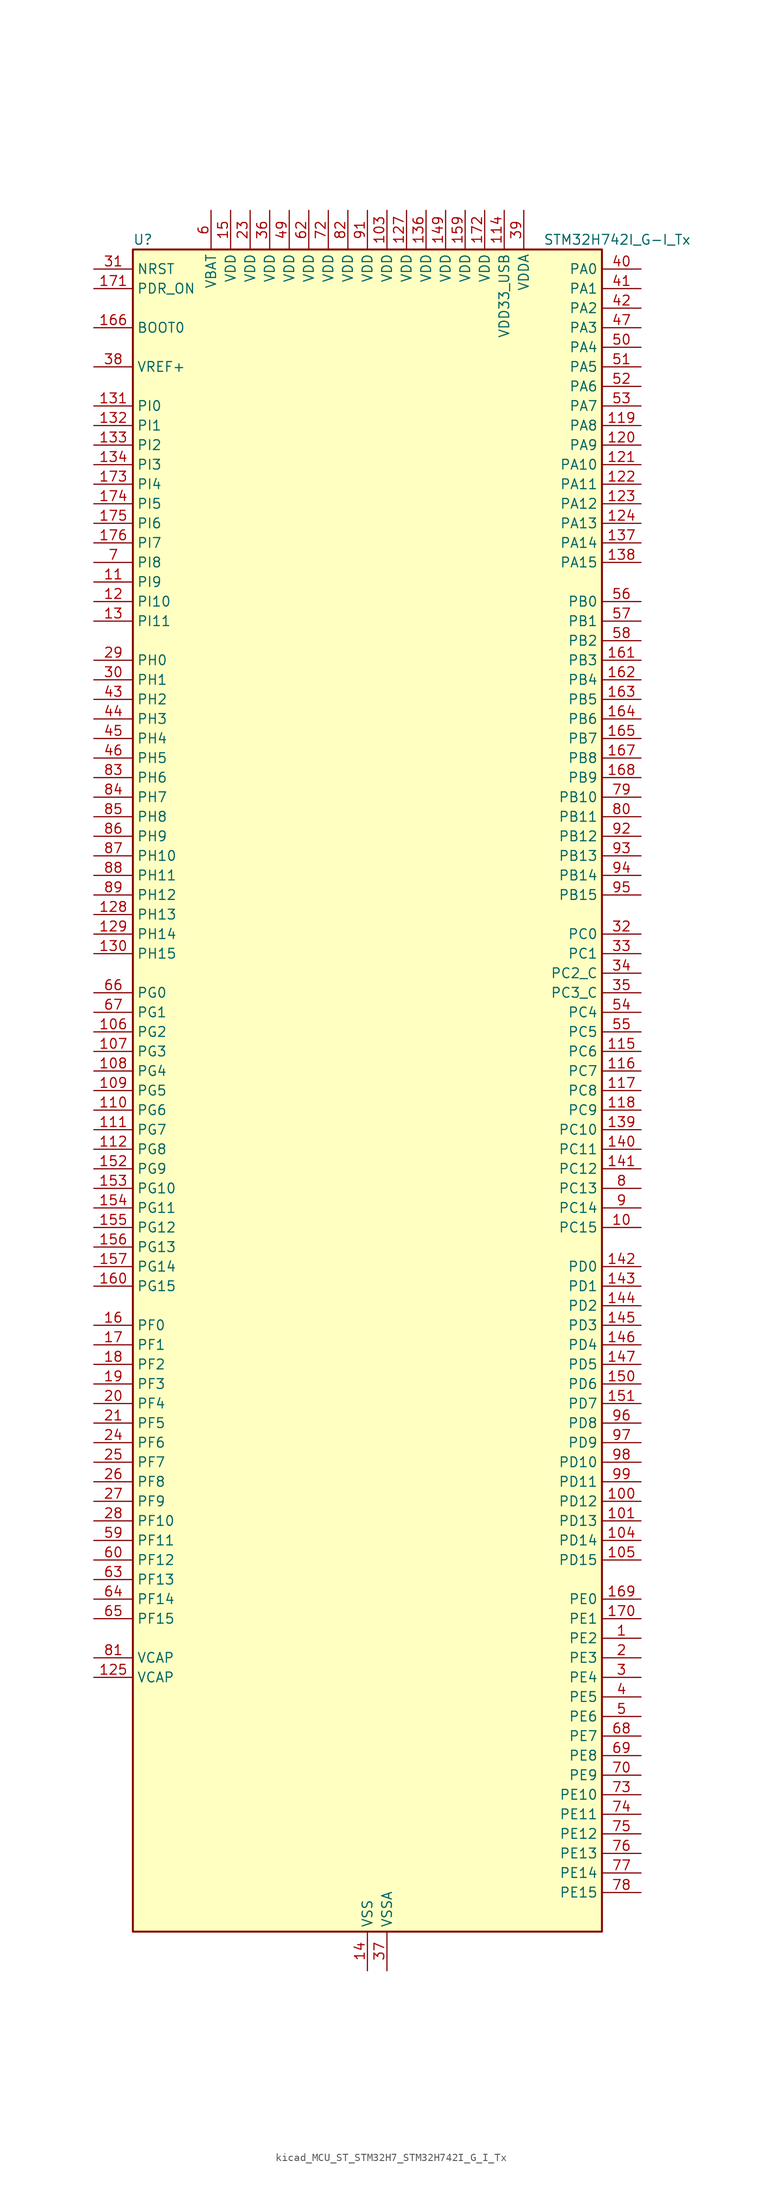
<source format=kicad_sym>
(kicad_symbol_lib
  (version 20220914)
  (generator kicad_symbol_editor)
  (symbol "kicad_MCU_ST_STM32H7_STM32H742I_G_I_Tx"
    (property "Reference" "U"
      (at -30.48 110.49 0)
      (effects (font (size 1.27 1.27)) (justify left)))
    (property "Value" "STM32H742I_G-I_Tx"
      (at 22.86 110.49 0)
      (effects (font (size 1.27 1.27)) (justify left)))
    (property "ki_locked" ""
      (at 0 0 0)
      (effects (font (size 1.27 1.27))))
    (symbol "kicad_MCU_ST_STM32H7_STM32H742I_G_I_Tx_0_1"
      (rectangle (start -30.48 -109.22) (end 30.48 109.22) (stroke (width 0.254) (type default)) (fill (type background))))
    (symbol "kicad_MCU_ST_STM32H7_STM32H742I_G_I_Tx_1_1"
      (pin bidirectional line (at 35.56 -71.12 180) (length 5.08) (name "PE2" (effects (font (size 1.27 1.27)))) (number "1" (effects (font (size 1.27 1.27)))) (alternate "DEBUG_TRACECLK" bidirectional line) (alternate "ETH_TXD3" bidirectional line) (alternate "FMC_A23" bidirectional line) (alternate "QUADSPI_BK1_IO2" bidirectional line) (alternate "SAI1_CK1" bidirectional line) (alternate "SAI1_MCLK_A" bidirectional line) (alternate "SAI4_CK1" bidirectional line) (alternate "SAI4_MCLK_A" bidirectional line) (alternate "SPI4_SCK" bidirectional line))
      (pin bidirectional line (at 35.56 -17.78 180) (length 5.08) (name "PC15" (effects (font (size 1.27 1.27)))) (number "10" (effects (font (size 1.27 1.27)))) (alternate "ADC1_EXTI15" bidirectional line) (alternate "ADC2_EXTI15" bidirectional line) (alternate "ADC3_EXTI15" bidirectional line) (alternate "RCC_OSC32_OUT" bidirectional line))
      (pin bidirectional line (at 35.56 -53.34 180) (length 5.08) (name "PD12" (effects (font (size 1.27 1.27)))) (number "100" (effects (font (size 1.27 1.27)))) (alternate "FMC_A17" bidirectional line) (alternate "FMC_ALE" bidirectional line) (alternate "I2C4_SCL" bidirectional line) (alternate "LPTIM1_IN1" bidirectional line) (alternate "LPTIM2_IN1" bidirectional line) (alternate "QUADSPI_BK1_IO1" bidirectional line) (alternate "SAI2_FS_A" bidirectional line) (alternate "TIM4_CH1" bidirectional line) (alternate "USART3_DE" bidirectional line) (alternate "USART3_RTS" bidirectional line))
      (pin bidirectional line (at 35.56 -55.88 180) (length 5.08) (name "PD13" (effects (font (size 1.27 1.27)))) (number "101" (effects (font (size 1.27 1.27)))) (alternate "FMC_A18" bidirectional line) (alternate "I2C4_SDA" bidirectional line) (alternate "LPTIM1_OUT" bidirectional line) (alternate "QUADSPI_BK1_IO3" bidirectional line) (alternate "SAI2_SCK_A" bidirectional line) (alternate "TIM4_CH2" bidirectional line))
      (pin passive line (at 0 -114.3 90) (length 5.08) hide (name "VSS" (effects (font (size 1.27 1.27)))) (number "102" (effects (font (size 1.27 1.27)))))
      (pin power_in line (at 2.54 114.3 270) (length 5.08) (name "VDD" (effects (font (size 1.27 1.27)))) (number "103" (effects (font (size 1.27 1.27)))))
      (pin bidirectional line (at 35.56 -58.42 180) (length 5.08) (name "PD14" (effects (font (size 1.27 1.27)))) (number "104" (effects (font (size 1.27 1.27)))) (alternate "FMC_D0" bidirectional line) (alternate "FMC_DA0" bidirectional line) (alternate "SAI3_MCLK_B" bidirectional line) (alternate "TIM4_CH3" bidirectional line) (alternate "UART8_CTS" bidirectional line))
      (pin bidirectional line (at 35.56 -60.96 180) (length 5.08) (name "PD15" (effects (font (size 1.27 1.27)))) (number "105" (effects (font (size 1.27 1.27)))) (alternate "ADC1_EXTI15" bidirectional line) (alternate "ADC2_EXTI15" bidirectional line) (alternate "ADC3_EXTI15" bidirectional line) (alternate "FMC_D1" bidirectional line) (alternate "FMC_DA1" bidirectional line) (alternate "SAI3_MCLK_A" bidirectional line) (alternate "TIM4_CH4" bidirectional line) (alternate "UART8_DE" bidirectional line) (alternate "UART8_RTS" bidirectional line))
      (pin bidirectional line (at -35.56 7.62 0) (length 5.08) (name "PG2" (effects (font (size 1.27 1.27)))) (number "106" (effects (font (size 1.27 1.27)))) (alternate "FMC_A12" bidirectional line) (alternate "TIM8_BKIN" bidirectional line) (alternate "TIM8_BKIN_COMP1" bidirectional line) (alternate "TIM8_BKIN_COMP2" bidirectional line))
      (pin bidirectional line (at -35.56 5.08 0) (length 5.08) (name "PG3" (effects (font (size 1.27 1.27)))) (number "107" (effects (font (size 1.27 1.27)))) (alternate "FMC_A13" bidirectional line) (alternate "TIM8_BKIN2" bidirectional line) (alternate "TIM8_BKIN2_COMP1" bidirectional line) (alternate "TIM8_BKIN2_COMP2" bidirectional line))
      (pin bidirectional line (at -35.56 2.54 0) (length 5.08) (name "PG4" (effects (font (size 1.27 1.27)))) (number "108" (effects (font (size 1.27 1.27)))) (alternate "FMC_A14" bidirectional line) (alternate "FMC_BA0" bidirectional line) (alternate "TIM1_BKIN2" bidirectional line) (alternate "TIM1_BKIN2_COMP1" bidirectional line) (alternate "TIM1_BKIN2_COMP2" bidirectional line))
      (pin bidirectional line (at -35.56 0 0) (length 5.08) (name "PG5" (effects (font (size 1.27 1.27)))) (number "109" (effects (font (size 1.27 1.27)))) (alternate "FMC_A15" bidirectional line) (alternate "FMC_BA1" bidirectional line) (alternate "TIM1_ETR" bidirectional line))
      (pin bidirectional line (at -35.56 66.04 0) (length 5.08) (name "PI9" (effects (font (size 1.27 1.27)))) (number "11" (effects (font (size 1.27 1.27)))) (alternate "DAC1_EXTI9" bidirectional line) (alternate "FDCAN1_RX" bidirectional line) (alternate "FMC_D30" bidirectional line) (alternate "UART4_RX" bidirectional line))
      (pin bidirectional line (at -35.56 -2.54 0) (length 5.08) (name "PG6" (effects (font (size 1.27 1.27)))) (number "110" (effects (font (size 1.27 1.27)))) (alternate "DCMI_D12" bidirectional line) (alternate "FMC_NE3" bidirectional line) (alternate "HRTIM_CHE1" bidirectional line) (alternate "QUADSPI_BK1_NCS" bidirectional line) (alternate "TIM17_BKIN" bidirectional line))
      (pin bidirectional line (at -35.56 -5.08 0) (length 5.08) (name "PG7" (effects (font (size 1.27 1.27)))) (number "111" (effects (font (size 1.27 1.27)))) (alternate "DCMI_D13" bidirectional line) (alternate "FMC_INT" bidirectional line) (alternate "HRTIM_CHE2" bidirectional line) (alternate "SAI1_MCLK_A" bidirectional line) (alternate "USART6_CK" bidirectional line))
      (pin bidirectional line (at -35.56 -7.62 0) (length 5.08) (name "PG8" (effects (font (size 1.27 1.27)))) (number "112" (effects (font (size 1.27 1.27)))) (alternate "ETH_PPS_OUT" bidirectional line) (alternate "FMC_SDCLK" bidirectional line) (alternate "SPDIFRX1_IN2" bidirectional line) (alternate "SPI6_NSS" bidirectional line) (alternate "TIM8_ETR" bidirectional line) (alternate "USART6_DE" bidirectional line) (alternate "USART6_RTS" bidirectional line))
      (pin passive line (at 0 -114.3 90) (length 5.08) hide (name "VSS" (effects (font (size 1.27 1.27)))) (number "113" (effects (font (size 1.27 1.27)))))
      (pin power_in line (at 17.78 114.3 270) (length 5.08) (name "VDD33_USB" (effects (font (size 1.27 1.27)))) (number "114" (effects (font (size 1.27 1.27)))))
      (pin bidirectional line (at 35.56 5.08 180) (length 5.08) (name "PC6" (effects (font (size 1.27 1.27)))) (number "115" (effects (font (size 1.27 1.27)))) (alternate "DCMI_D0" bidirectional line) (alternate "DFSDM1_CKIN3" bidirectional line) (alternate "FMC_NWAIT" bidirectional line) (alternate "HRTIM_CHA1" bidirectional line) (alternate "I2S2_MCK" bidirectional line) (alternate "SDMMC1_D0DIR" bidirectional line) (alternate "SDMMC1_D6" bidirectional line) (alternate "SDMMC2_D6" bidirectional line) (alternate "SWPMI1_IO" bidirectional line) (alternate "TIM3_CH1" bidirectional line) (alternate "TIM8_CH1" bidirectional line) (alternate "USART6_TX" bidirectional line))
      (pin bidirectional line (at 35.56 2.54 180) (length 5.08) (name "PC7" (effects (font (size 1.27 1.27)))) (number "116" (effects (font (size 1.27 1.27)))) (alternate "DCMI_D1" bidirectional line) (alternate "DEBUG_TRGIO" bidirectional line) (alternate "DFSDM1_DATIN3" bidirectional line) (alternate "FMC_NE1" bidirectional line) (alternate "HRTIM_CHA2" bidirectional line) (alternate "I2S3_MCK" bidirectional line) (alternate "SDMMC1_D123DIR" bidirectional line) (alternate "SDMMC1_D7" bidirectional line) (alternate "SDMMC2_D7" bidirectional line) (alternate "SWPMI1_TX" bidirectional line) (alternate "TIM3_CH2" bidirectional line) (alternate "TIM8_CH2" bidirectional line) (alternate "USART6_RX" bidirectional line))
      (pin bidirectional line (at 35.56 0 180) (length 5.08) (name "PC8" (effects (font (size 1.27 1.27)))) (number "117" (effects (font (size 1.27 1.27)))) (alternate "DCMI_D2" bidirectional line) (alternate "DEBUG_TRACED1" bidirectional line) (alternate "FMC_NCE" bidirectional line) (alternate "FMC_NE2" bidirectional line) (alternate "HRTIM_CHB1" bidirectional line) (alternate "SDMMC1_D0" bidirectional line) (alternate "SWPMI1_RX" bidirectional line) (alternate "TIM3_CH3" bidirectional line) (alternate "TIM8_CH3" bidirectional line) (alternate "UART5_DE" bidirectional line) (alternate "UART5_RTS" bidirectional line) (alternate "USART6_CK" bidirectional line))
      (pin bidirectional line (at 35.56 -2.54 180) (length 5.08) (name "PC9" (effects (font (size 1.27 1.27)))) (number "118" (effects (font (size 1.27 1.27)))) (alternate "DAC1_EXTI9" bidirectional line) (alternate "DCMI_D3" bidirectional line) (alternate "I2C3_SDA" bidirectional line) (alternate "I2S_CKIN" bidirectional line) (alternate "QUADSPI_BK1_IO0" bidirectional line) (alternate "RCC_MCO_2" bidirectional line) (alternate "SDMMC1_D1" bidirectional line) (alternate "SWPMI1_SUSPEND" bidirectional line) (alternate "TIM3_CH4" bidirectional line) (alternate "TIM8_CH4" bidirectional line) (alternate "UART5_CTS" bidirectional line))
      (pin bidirectional line (at 35.56 86.36 180) (length 5.08) (name "PA8" (effects (font (size 1.27 1.27)))) (number "119" (effects (font (size 1.27 1.27)))) (alternate "HRTIM_CHB2" bidirectional line) (alternate "I2C3_SCL" bidirectional line) (alternate "RCC_MCO_1" bidirectional line) (alternate "TIM1_CH1" bidirectional line) (alternate "TIM8_BKIN2" bidirectional line) (alternate "TIM8_BKIN2_COMP1" bidirectional line) (alternate "TIM8_BKIN2_COMP2" bidirectional line) (alternate "UART7_RX" bidirectional line) (alternate "USART1_CK" bidirectional line) (alternate "USB_OTG_FS_SOF" bidirectional line))
      (pin bidirectional line (at -35.56 63.5 0) (length 5.08) (name "PI10" (effects (font (size 1.27 1.27)))) (number "12" (effects (font (size 1.27 1.27)))) (alternate "ETH_RX_ER" bidirectional line) (alternate "FMC_D31" bidirectional line))
      (pin bidirectional line (at 35.56 83.82 180) (length 5.08) (name "PA9" (effects (font (size 1.27 1.27)))) (number "120" (effects (font (size 1.27 1.27)))) (alternate "DAC1_EXTI9" bidirectional line) (alternate "DCMI_D0" bidirectional line) (alternate "HRTIM_CHC1" bidirectional line) (alternate "I2C3_SMBA" bidirectional line) (alternate "I2S2_CK" bidirectional line) (alternate "LPUART1_TX" bidirectional line) (alternate "SPI2_SCK" bidirectional line) (alternate "TIM1_CH2" bidirectional line) (alternate "USART1_TX" bidirectional line) (alternate "USB_OTG_FS_VBUS" bidirectional line))
      (pin bidirectional line (at 35.56 81.28 180) (length 5.08) (name "PA10" (effects (font (size 1.27 1.27)))) (number "121" (effects (font (size 1.27 1.27)))) (alternate "DCMI_D1" bidirectional line) (alternate "HRTIM_CHC2" bidirectional line) (alternate "LPUART1_RX" bidirectional line) (alternate "MDIOS_MDIO" bidirectional line) (alternate "TIM1_CH3" bidirectional line) (alternate "USART1_RX" bidirectional line) (alternate "USB_OTG_FS_ID" bidirectional line))
      (pin bidirectional line (at 35.56 78.74 180) (length 5.08) (name "PA11" (effects (font (size 1.27 1.27)))) (number "122" (effects (font (size 1.27 1.27)))) (alternate "ADC1_EXTI11" bidirectional line) (alternate "ADC2_EXTI11" bidirectional line) (alternate "ADC3_EXTI11" bidirectional line) (alternate "FDCAN1_RX" bidirectional line) (alternate "HRTIM_CHD1" bidirectional line) (alternate "I2S2_WS" bidirectional line) (alternate "LPUART1_CTS" bidirectional line) (alternate "SPI2_NSS" bidirectional line) (alternate "TIM1_CH4" bidirectional line) (alternate "UART4_RX" bidirectional line) (alternate "USART1_CTS" bidirectional line) (alternate "USART1_NSS" bidirectional line) (alternate "USB_OTG_FS_DM" bidirectional line))
      (pin bidirectional line (at 35.56 76.2 180) (length 5.08) (name "PA12" (effects (font (size 1.27 1.27)))) (number "123" (effects (font (size 1.27 1.27)))) (alternate "FDCAN1_TX" bidirectional line) (alternate "HRTIM_CHD2" bidirectional line) (alternate "I2S2_CK" bidirectional line) (alternate "LPUART1_DE" bidirectional line) (alternate "LPUART1_RTS" bidirectional line) (alternate "SAI2_FS_B" bidirectional line) (alternate "SPI2_SCK" bidirectional line) (alternate "TIM1_ETR" bidirectional line) (alternate "UART4_TX" bidirectional line) (alternate "USART1_DE" bidirectional line) (alternate "USART1_RTS" bidirectional line) (alternate "USB_OTG_FS_DP" bidirectional line))
      (pin bidirectional line (at 35.56 73.66 180) (length 5.08) (name "PA13" (effects (font (size 1.27 1.27)))) (number "124" (effects (font (size 1.27 1.27)))) (alternate "DEBUG_JTMS-SWDIO" bidirectional line))
      (pin power_out line (at -35.56 -76.2 0) (length 5.08) (name "VCAP" (effects (font (size 1.27 1.27)))) (number "125" (effects (font (size 1.27 1.27)))))
      (pin passive line (at 0 -114.3 90) (length 5.08) hide (name "VSS" (effects (font (size 1.27 1.27)))) (number "126" (effects (font (size 1.27 1.27)))))
      (pin power_in line (at 5.08 114.3 270) (length 5.08) (name "VDD" (effects (font (size 1.27 1.27)))) (number "127" (effects (font (size 1.27 1.27)))))
      (pin bidirectional line (at -35.56 22.86 0) (length 5.08) (name "PH13" (effects (font (size 1.27 1.27)))) (number "128" (effects (font (size 1.27 1.27)))) (alternate "FDCAN1_TX" bidirectional line) (alternate "FMC_D21" bidirectional line) (alternate "TIM8_CH1N" bidirectional line) (alternate "UART4_TX" bidirectional line))
      (pin bidirectional line (at -35.56 20.32 0) (length 5.08) (name "PH14" (effects (font (size 1.27 1.27)))) (number "129" (effects (font (size 1.27 1.27)))) (alternate "DCMI_D4" bidirectional line) (alternate "FDCAN1_RX" bidirectional line) (alternate "FMC_D22" bidirectional line) (alternate "TIM8_CH2N" bidirectional line) (alternate "UART4_RX" bidirectional line))
      (pin bidirectional line (at -35.56 60.96 0) (length 5.08) (name "PI11" (effects (font (size 1.27 1.27)))) (number "13" (effects (font (size 1.27 1.27)))) (alternate "ADC1_EXTI11" bidirectional line) (alternate "ADC2_EXTI11" bidirectional line) (alternate "ADC3_EXTI11" bidirectional line) (alternate "PWR_WKUP4" bidirectional line) (alternate "USB_OTG_HS_ULPI_DIR" bidirectional line))
      (pin bidirectional line (at -35.56 17.78 0) (length 5.08) (name "PH15" (effects (font (size 1.27 1.27)))) (number "130" (effects (font (size 1.27 1.27)))) (alternate "ADC1_EXTI15" bidirectional line) (alternate "ADC2_EXTI15" bidirectional line) (alternate "ADC3_EXTI15" bidirectional line) (alternate "DCMI_D11" bidirectional line) (alternate "FMC_D23" bidirectional line) (alternate "TIM8_CH3N" bidirectional line))
      (pin bidirectional line (at -35.56 88.9 0) (length 5.08) (name "PI0" (effects (font (size 1.27 1.27)))) (number "131" (effects (font (size 1.27 1.27)))) (alternate "DCMI_D13" bidirectional line) (alternate "FMC_D24" bidirectional line) (alternate "I2S2_WS" bidirectional line) (alternate "SPI2_NSS" bidirectional line) (alternate "TIM5_CH4" bidirectional line))
      (pin bidirectional line (at -35.56 86.36 0) (length 5.08) (name "PI1" (effects (font (size 1.27 1.27)))) (number "132" (effects (font (size 1.27 1.27)))) (alternate "DCMI_D8" bidirectional line) (alternate "FMC_D25" bidirectional line) (alternate "I2S2_CK" bidirectional line) (alternate "SPI2_SCK" bidirectional line) (alternate "TIM8_BKIN2" bidirectional line) (alternate "TIM8_BKIN2_COMP1" bidirectional line) (alternate "TIM8_BKIN2_COMP2" bidirectional line))
      (pin bidirectional line (at -35.56 83.82 0) (length 5.08) (name "PI2" (effects (font (size 1.27 1.27)))) (number "133" (effects (font (size 1.27 1.27)))) (alternate "DCMI_D9" bidirectional line) (alternate "FMC_D26" bidirectional line) (alternate "I2S2_SDI" bidirectional line) (alternate "SPI2_MISO" bidirectional line) (alternate "TIM8_CH4" bidirectional line))
      (pin bidirectional line (at -35.56 81.28 0) (length 5.08) (name "PI3" (effects (font (size 1.27 1.27)))) (number "134" (effects (font (size 1.27 1.27)))) (alternate "DCMI_D10" bidirectional line) (alternate "FMC_D27" bidirectional line) (alternate "I2S2_SDO" bidirectional line) (alternate "SPI2_MOSI" bidirectional line) (alternate "TIM8_ETR" bidirectional line))
      (pin passive line (at 0 -114.3 90) (length 5.08) hide (name "VSS" (effects (font (size 1.27 1.27)))) (number "135" (effects (font (size 1.27 1.27)))))
      (pin power_in line (at 7.62 114.3 270) (length 5.08) (name "VDD" (effects (font (size 1.27 1.27)))) (number "136" (effects (font (size 1.27 1.27)))))
      (pin bidirectional line (at 35.56 71.12 180) (length 5.08) (name "PA14" (effects (font (size 1.27 1.27)))) (number "137" (effects (font (size 1.27 1.27)))) (alternate "DEBUG_JTCK-SWCLK" bidirectional line))
      (pin bidirectional line (at 35.56 68.58 180) (length 5.08) (name "PA15" (effects (font (size 1.27 1.27)))) (number "138" (effects (font (size 1.27 1.27)))) (alternate "ADC1_EXTI15" bidirectional line) (alternate "ADC2_EXTI15" bidirectional line) (alternate "ADC3_EXTI15" bidirectional line) (alternate "CEC" bidirectional line) (alternate "DEBUG_JTDI" bidirectional line) (alternate "HRTIM_FLT1" bidirectional line) (alternate "I2S1_WS" bidirectional line) (alternate "I2S3_WS" bidirectional line) (alternate "SPI1_NSS" bidirectional line) (alternate "SPI3_NSS" bidirectional line) (alternate "SPI6_NSS" bidirectional line) (alternate "TIM2_CH1" bidirectional line) (alternate "TIM2_ETR" bidirectional line) (alternate "UART4_DE" bidirectional line) (alternate "UART4_RTS" bidirectional line) (alternate "UART7_TX" bidirectional line))
      (pin bidirectional line (at 35.56 -5.08 180) (length 5.08) (name "PC10" (effects (font (size 1.27 1.27)))) (number "139" (effects (font (size 1.27 1.27)))) (alternate "DCMI_D8" bidirectional line) (alternate "DFSDM1_CKIN5" bidirectional line) (alternate "HRTIM_EEV1" bidirectional line) (alternate "I2S3_CK" bidirectional line) (alternate "QUADSPI_BK1_IO1" bidirectional line) (alternate "SDMMC1_D2" bidirectional line) (alternate "SPI3_SCK" bidirectional line) (alternate "UART4_TX" bidirectional line) (alternate "USART3_TX" bidirectional line))
      (pin power_in line (at 0 -114.3 90) (length 5.08) (name "VSS" (effects (font (size 1.27 1.27)))) (number "14" (effects (font (size 1.27 1.27)))))
      (pin bidirectional line (at 35.56 -7.62 180) (length 5.08) (name "PC11" (effects (font (size 1.27 1.27)))) (number "140" (effects (font (size 1.27 1.27)))) (alternate "ADC1_EXTI11" bidirectional line) (alternate "ADC2_EXTI11" bidirectional line) (alternate "ADC3_EXTI11" bidirectional line) (alternate "DCMI_D4" bidirectional line) (alternate "DFSDM1_DATIN5" bidirectional line) (alternate "HRTIM_FLT2" bidirectional line) (alternate "I2S3_SDI" bidirectional line) (alternate "QUADSPI_BK2_NCS" bidirectional line) (alternate "SDMMC1_D3" bidirectional line) (alternate "SPI3_MISO" bidirectional line) (alternate "UART4_RX" bidirectional line) (alternate "USART3_RX" bidirectional line))
      (pin bidirectional line (at 35.56 -10.16 180) (length 5.08) (name "PC12" (effects (font (size 1.27 1.27)))) (number "141" (effects (font (size 1.27 1.27)))) (alternate "DCMI_D9" bidirectional line) (alternate "DEBUG_TRACED3" bidirectional line) (alternate "HRTIM_EEV2" bidirectional line) (alternate "I2S3_SDO" bidirectional line) (alternate "SDMMC1_CK" bidirectional line) (alternate "SPI3_MOSI" bidirectional line) (alternate "UART5_TX" bidirectional line) (alternate "USART3_CK" bidirectional line))
      (pin bidirectional line (at 35.56 -22.86 180) (length 5.08) (name "PD0" (effects (font (size 1.27 1.27)))) (number "142" (effects (font (size 1.27 1.27)))) (alternate "DFSDM1_CKIN6" bidirectional line) (alternate "FDCAN1_RX" bidirectional line) (alternate "FMC_D2" bidirectional line) (alternate "FMC_DA2" bidirectional line) (alternate "SAI3_SCK_A" bidirectional line) (alternate "UART4_RX" bidirectional line))
      (pin bidirectional line (at 35.56 -25.4 180) (length 5.08) (name "PD1" (effects (font (size 1.27 1.27)))) (number "143" (effects (font (size 1.27 1.27)))) (alternate "DFSDM1_DATIN6" bidirectional line) (alternate "FDCAN1_TX" bidirectional line) (alternate "FMC_D3" bidirectional line) (alternate "FMC_DA3" bidirectional line) (alternate "SAI3_SD_A" bidirectional line) (alternate "UART4_TX" bidirectional line))
      (pin bidirectional line (at 35.56 -27.94 180) (length 5.08) (name "PD2" (effects (font (size 1.27 1.27)))) (number "144" (effects (font (size 1.27 1.27)))) (alternate "DCMI_D11" bidirectional line) (alternate "DEBUG_TRACED2" bidirectional line) (alternate "SDMMC1_CMD" bidirectional line) (alternate "TIM3_ETR" bidirectional line) (alternate "UART5_RX" bidirectional line))
      (pin bidirectional line (at 35.56 -30.48 180) (length 5.08) (name "PD3" (effects (font (size 1.27 1.27)))) (number "145" (effects (font (size 1.27 1.27)))) (alternate "DCMI_D5" bidirectional line) (alternate "DFSDM1_CKOUT" bidirectional line) (alternate "FMC_CLK" bidirectional line) (alternate "I2S2_CK" bidirectional line) (alternate "SPI2_SCK" bidirectional line) (alternate "USART2_CTS" bidirectional line) (alternate "USART2_NSS" bidirectional line))
      (pin bidirectional line (at 35.56 -33.02 180) (length 5.08) (name "PD4" (effects (font (size 1.27 1.27)))) (number "146" (effects (font (size 1.27 1.27)))) (alternate "FMC_NOE" bidirectional line) (alternate "HRTIM_FLT3" bidirectional line) (alternate "SAI3_FS_A" bidirectional line) (alternate "USART2_DE" bidirectional line) (alternate "USART2_RTS" bidirectional line))
      (pin bidirectional line (at 35.56 -35.56 180) (length 5.08) (name "PD5" (effects (font (size 1.27 1.27)))) (number "147" (effects (font (size 1.27 1.27)))) (alternate "FMC_NWE" bidirectional line) (alternate "HRTIM_EEV3" bidirectional line) (alternate "USART2_TX" bidirectional line))
      (pin passive line (at 0 -114.3 90) (length 5.08) hide (name "VSS" (effects (font (size 1.27 1.27)))) (number "148" (effects (font (size 1.27 1.27)))))
      (pin power_in line (at 10.16 114.3 270) (length 5.08) (name "VDD" (effects (font (size 1.27 1.27)))) (number "149" (effects (font (size 1.27 1.27)))))
      (pin power_in line (at -17.78 114.3 270) (length 5.08) (name "VDD" (effects (font (size 1.27 1.27)))) (number "15" (effects (font (size 1.27 1.27)))))
      (pin bidirectional line (at 35.56 -38.1 180) (length 5.08) (name "PD6" (effects (font (size 1.27 1.27)))) (number "150" (effects (font (size 1.27 1.27)))) (alternate "DCMI_D10" bidirectional line) (alternate "DFSDM1_CKIN4" bidirectional line) (alternate "DFSDM1_DATIN1" bidirectional line) (alternate "FMC_NWAIT" bidirectional line) (alternate "I2S3_SDO" bidirectional line) (alternate "SAI1_D1" bidirectional line) (alternate "SAI1_SD_A" bidirectional line) (alternate "SAI4_D1" bidirectional line) (alternate "SAI4_SD_A" bidirectional line) (alternate "SDMMC2_CK" bidirectional line) (alternate "SPI3_MOSI" bidirectional line) (alternate "USART2_RX" bidirectional line))
      (pin bidirectional line (at 35.56 -40.64 180) (length 5.08) (name "PD7" (effects (font (size 1.27 1.27)))) (number "151" (effects (font (size 1.27 1.27)))) (alternate "DFSDM1_CKIN1" bidirectional line) (alternate "DFSDM1_DATIN4" bidirectional line) (alternate "FMC_NE1" bidirectional line) (alternate "I2S1_SDO" bidirectional line) (alternate "SDMMC2_CMD" bidirectional line) (alternate "SPDIFRX1_IN0" bidirectional line) (alternate "SPI1_MOSI" bidirectional line) (alternate "USART2_CK" bidirectional line))
      (pin bidirectional line (at -35.56 -10.16 0) (length 5.08) (name "PG9" (effects (font (size 1.27 1.27)))) (number "152" (effects (font (size 1.27 1.27)))) (alternate "DAC1_EXTI9" bidirectional line) (alternate "DCMI_VSYNC" bidirectional line) (alternate "FMC_NCE" bidirectional line) (alternate "FMC_NE2" bidirectional line) (alternate "I2S1_SDI" bidirectional line) (alternate "QUADSPI_BK2_IO2" bidirectional line) (alternate "SAI2_FS_B" bidirectional line) (alternate "SPDIFRX1_IN3" bidirectional line) (alternate "SPI1_MISO" bidirectional line) (alternate "USART6_RX" bidirectional line))
      (pin bidirectional line (at -35.56 -12.7 0) (length 5.08) (name "PG10" (effects (font (size 1.27 1.27)))) (number "153" (effects (font (size 1.27 1.27)))) (alternate "DCMI_D2" bidirectional line) (alternate "FMC_NE3" bidirectional line) (alternate "HRTIM_FLT5" bidirectional line) (alternate "I2S1_WS" bidirectional line) (alternate "SAI2_SD_B" bidirectional line) (alternate "SPI1_NSS" bidirectional line))
      (pin bidirectional line (at -35.56 -15.24 0) (length 5.08) (name "PG11" (effects (font (size 1.27 1.27)))) (number "154" (effects (font (size 1.27 1.27)))) (alternate "ADC1_EXTI11" bidirectional line) (alternate "ADC2_EXTI11" bidirectional line) (alternate "ADC3_EXTI11" bidirectional line) (alternate "DCMI_D3" bidirectional line) (alternate "ETH_TX_EN" bidirectional line) (alternate "HRTIM_EEV4" bidirectional line) (alternate "I2S1_CK" bidirectional line) (alternate "LPTIM1_IN2" bidirectional line) (alternate "SDMMC2_D2" bidirectional line) (alternate "SPDIFRX1_IN0" bidirectional line) (alternate "SPI1_SCK" bidirectional line))
      (pin bidirectional line (at -35.56 -17.78 0) (length 5.08) (name "PG12" (effects (font (size 1.27 1.27)))) (number "155" (effects (font (size 1.27 1.27)))) (alternate "ETH_TXD1" bidirectional line) (alternate "FMC_NE4" bidirectional line) (alternate "HRTIM_EEV5" bidirectional line) (alternate "LPTIM1_IN1" bidirectional line) (alternate "SPDIFRX1_IN1" bidirectional line) (alternate "SPI6_MISO" bidirectional line) (alternate "USART6_DE" bidirectional line) (alternate "USART6_RTS" bidirectional line))
      (pin bidirectional line (at -35.56 -20.32 0) (length 5.08) (name "PG13" (effects (font (size 1.27 1.27)))) (number "156" (effects (font (size 1.27 1.27)))) (alternate "DEBUG_TRACED0" bidirectional line) (alternate "ETH_TXD0" bidirectional line) (alternate "FMC_A24" bidirectional line) (alternate "HRTIM_EEV10" bidirectional line) (alternate "LPTIM1_OUT" bidirectional line) (alternate "SPI6_SCK" bidirectional line) (alternate "USART6_CTS" bidirectional line) (alternate "USART6_NSS" bidirectional line))
      (pin bidirectional line (at -35.56 -22.86 0) (length 5.08) (name "PG14" (effects (font (size 1.27 1.27)))) (number "157" (effects (font (size 1.27 1.27)))) (alternate "DEBUG_TRACED1" bidirectional line) (alternate "ETH_TXD1" bidirectional line) (alternate "FMC_A25" bidirectional line) (alternate "LPTIM1_ETR" bidirectional line) (alternate "QUADSPI_BK2_IO3" bidirectional line) (alternate "SPI6_MOSI" bidirectional line) (alternate "USART6_TX" bidirectional line))
      (pin passive line (at 0 -114.3 90) (length 5.08) hide (name "VSS" (effects (font (size 1.27 1.27)))) (number "158" (effects (font (size 1.27 1.27)))))
      (pin power_in line (at 12.7 114.3 270) (length 5.08) (name "VDD" (effects (font (size 1.27 1.27)))) (number "159" (effects (font (size 1.27 1.27)))))
      (pin bidirectional line (at -35.56 -30.48 0) (length 5.08) (name "PF0" (effects (font (size 1.27 1.27)))) (number "16" (effects (font (size 1.27 1.27)))) (alternate "FMC_A0" bidirectional line) (alternate "I2C2_SDA" bidirectional line))
      (pin bidirectional line (at -35.56 -25.4 0) (length 5.08) (name "PG15" (effects (font (size 1.27 1.27)))) (number "160" (effects (font (size 1.27 1.27)))) (alternate "ADC1_EXTI15" bidirectional line) (alternate "ADC2_EXTI15" bidirectional line) (alternate "ADC3_EXTI15" bidirectional line) (alternate "DCMI_D13" bidirectional line) (alternate "FMC_SDNCAS" bidirectional line) (alternate "USART6_CTS" bidirectional line) (alternate "USART6_NSS" bidirectional line))
      (pin bidirectional line (at 35.56 55.88 180) (length 5.08) (name "PB3" (effects (font (size 1.27 1.27)))) (number "161" (effects (font (size 1.27 1.27)))) (alternate "CRS_SYNC" bidirectional line) (alternate "DEBUG_JTDO-SWO" bidirectional line) (alternate "HRTIM_FLT4" bidirectional line) (alternate "I2S1_CK" bidirectional line) (alternate "I2S3_CK" bidirectional line) (alternate "SDMMC2_D2" bidirectional line) (alternate "SPI1_SCK" bidirectional line) (alternate "SPI3_SCK" bidirectional line) (alternate "SPI6_SCK" bidirectional line) (alternate "TIM2_CH2" bidirectional line) (alternate "UART7_RX" bidirectional line))
      (pin bidirectional line (at 35.56 53.34 180) (length 5.08) (name "PB4" (effects (font (size 1.27 1.27)))) (number "162" (effects (font (size 1.27 1.27)))) (alternate "DEBUG_JTRST" bidirectional line) (alternate "HRTIM_EEV6" bidirectional line) (alternate "I2S1_SDI" bidirectional line) (alternate "I2S2_WS" bidirectional line) (alternate "I2S3_SDI" bidirectional line) (alternate "SDMMC2_D3" bidirectional line) (alternate "SPI1_MISO" bidirectional line) (alternate "SPI2_NSS" bidirectional line) (alternate "SPI3_MISO" bidirectional line) (alternate "SPI6_MISO" bidirectional line) (alternate "TIM16_BKIN" bidirectional line) (alternate "TIM3_CH1" bidirectional line) (alternate "UART7_TX" bidirectional line))
      (pin bidirectional line (at 35.56 50.8 180) (length 5.08) (name "PB5" (effects (font (size 1.27 1.27)))) (number "163" (effects (font (size 1.27 1.27)))) (alternate "DCMI_D10" bidirectional line) (alternate "ETH_PPS_OUT" bidirectional line) (alternate "FDCAN2_RX" bidirectional line) (alternate "FMC_SDCKE1" bidirectional line) (alternate "HRTIM_EEV7" bidirectional line) (alternate "I2C1_SMBA" bidirectional line) (alternate "I2C4_SMBA" bidirectional line) (alternate "I2S1_SDO" bidirectional line) (alternate "I2S3_SDO" bidirectional line) (alternate "SPI1_MOSI" bidirectional line) (alternate "SPI3_MOSI" bidirectional line) (alternate "SPI6_MOSI" bidirectional line) (alternate "TIM17_BKIN" bidirectional line) (alternate "TIM3_CH2" bidirectional line) (alternate "UART5_RX" bidirectional line) (alternate "USB_OTG_HS_ULPI_D7" bidirectional line))
      (pin bidirectional line (at 35.56 48.26 180) (length 5.08) (name "PB6" (effects (font (size 1.27 1.27)))) (number "164" (effects (font (size 1.27 1.27)))) (alternate "CEC" bidirectional line) (alternate "DCMI_D5" bidirectional line) (alternate "DFSDM1_DATIN5" bidirectional line) (alternate "FDCAN2_TX" bidirectional line) (alternate "FMC_SDNE1" bidirectional line) (alternate "HRTIM_EEV8" bidirectional line) (alternate "I2C1_SCL" bidirectional line) (alternate "I2C4_SCL" bidirectional line) (alternate "LPUART1_TX" bidirectional line) (alternate "QUADSPI_BK1_NCS" bidirectional line) (alternate "TIM16_CH1N" bidirectional line) (alternate "TIM4_CH1" bidirectional line) (alternate "UART5_TX" bidirectional line) (alternate "USART1_TX" bidirectional line))
      (pin bidirectional line (at 35.56 45.72 180) (length 5.08) (name "PB7" (effects (font (size 1.27 1.27)))) (number "165" (effects (font (size 1.27 1.27)))) (alternate "DCMI_VSYNC" bidirectional line) (alternate "DFSDM1_CKIN5" bidirectional line) (alternate "FMC_NL" bidirectional line) (alternate "HRTIM_EEV9" bidirectional line) (alternate "I2C1_SDA" bidirectional line) (alternate "I2C4_SDA" bidirectional line) (alternate "LPUART1_RX" bidirectional line) (alternate "PWR_PVD_IN" bidirectional line) (alternate "TIM17_CH1N" bidirectional line) (alternate "TIM4_CH2" bidirectional line) (alternate "USART1_RX" bidirectional line))
      (pin input line (at -35.56 99.06 0) (length 5.08) (name "BOOT0" (effects (font (size 1.27 1.27)))) (number "166" (effects (font (size 1.27 1.27)))))
      (pin bidirectional line (at 35.56 43.18 180) (length 5.08) (name "PB8" (effects (font (size 1.27 1.27)))) (number "167" (effects (font (size 1.27 1.27)))) (alternate "DCMI_D6" bidirectional line) (alternate "DFSDM1_CKIN7" bidirectional line) (alternate "ETH_TXD3" bidirectional line) (alternate "FDCAN1_RX" bidirectional line) (alternate "I2C1_SCL" bidirectional line) (alternate "I2C4_SCL" bidirectional line) (alternate "SDMMC1_CKIN" bidirectional line) (alternate "SDMMC1_D4" bidirectional line) (alternate "SDMMC2_D4" bidirectional line) (alternate "TIM16_CH1" bidirectional line) (alternate "TIM4_CH3" bidirectional line) (alternate "UART4_RX" bidirectional line))
      (pin bidirectional line (at 35.56 40.64 180) (length 5.08) (name "PB9" (effects (font (size 1.27 1.27)))) (number "168" (effects (font (size 1.27 1.27)))) (alternate "DAC1_EXTI9" bidirectional line) (alternate "DCMI_D7" bidirectional line) (alternate "DFSDM1_DATIN7" bidirectional line) (alternate "FDCAN1_TX" bidirectional line) (alternate "I2C1_SDA" bidirectional line) (alternate "I2C4_SDA" bidirectional line) (alternate "I2C4_SMBA" bidirectional line) (alternate "I2S2_WS" bidirectional line) (alternate "SDMMC1_CDIR" bidirectional line) (alternate "SDMMC1_D5" bidirectional line) (alternate "SDMMC2_D5" bidirectional line) (alternate "SPI2_NSS" bidirectional line) (alternate "TIM17_CH1" bidirectional line) (alternate "TIM4_CH4" bidirectional line) (alternate "UART4_TX" bidirectional line))
      (pin bidirectional line (at 35.56 -66.04 180) (length 5.08) (name "PE0" (effects (font (size 1.27 1.27)))) (number "169" (effects (font (size 1.27 1.27)))) (alternate "DCMI_D2" bidirectional line) (alternate "FMC_NBL0" bidirectional line) (alternate "HRTIM_SCIN" bidirectional line) (alternate "LPTIM1_ETR" bidirectional line) (alternate "LPTIM2_ETR" bidirectional line) (alternate "SAI2_MCLK_A" bidirectional line) (alternate "TIM4_ETR" bidirectional line) (alternate "UART8_RX" bidirectional line))
      (pin bidirectional line (at -35.56 -33.02 0) (length 5.08) (name "PF1" (effects (font (size 1.27 1.27)))) (number "17" (effects (font (size 1.27 1.27)))) (alternate "FMC_A1" bidirectional line) (alternate "I2C2_SCL" bidirectional line))
      (pin bidirectional line (at 35.56 -68.58 180) (length 5.08) (name "PE1" (effects (font (size 1.27 1.27)))) (number "170" (effects (font (size 1.27 1.27)))) (alternate "DCMI_D3" bidirectional line) (alternate "FMC_NBL1" bidirectional line) (alternate "HRTIM_SCOUT" bidirectional line) (alternate "LPTIM1_IN2" bidirectional line) (alternate "UART8_TX" bidirectional line))
      (pin input line (at -35.56 104.14 0) (length 5.08) (name "PDR_ON" (effects (font (size 1.27 1.27)))) (number "171" (effects (font (size 1.27 1.27)))))
      (pin power_in line (at 15.24 114.3 270) (length 5.08) (name "VDD" (effects (font (size 1.27 1.27)))) (number "172" (effects (font (size 1.27 1.27)))))
      (pin bidirectional line (at -35.56 78.74 0) (length 5.08) (name "PI4" (effects (font (size 1.27 1.27)))) (number "173" (effects (font (size 1.27 1.27)))) (alternate "DCMI_D5" bidirectional line) (alternate "FMC_NBL2" bidirectional line) (alternate "SAI2_MCLK_A" bidirectional line) (alternate "TIM8_BKIN" bidirectional line) (alternate "TIM8_BKIN_COMP1" bidirectional line) (alternate "TIM8_BKIN_COMP2" bidirectional line))
      (pin bidirectional line (at -35.56 76.2 0) (length 5.08) (name "PI5" (effects (font (size 1.27 1.27)))) (number "174" (effects (font (size 1.27 1.27)))) (alternate "DCMI_VSYNC" bidirectional line) (alternate "FMC_NBL3" bidirectional line) (alternate "SAI2_SCK_A" bidirectional line) (alternate "TIM8_CH1" bidirectional line))
      (pin bidirectional line (at -35.56 73.66 0) (length 5.08) (name "PI6" (effects (font (size 1.27 1.27)))) (number "175" (effects (font (size 1.27 1.27)))) (alternate "DCMI_D6" bidirectional line) (alternate "FMC_D28" bidirectional line) (alternate "SAI2_SD_A" bidirectional line) (alternate "TIM8_CH2" bidirectional line))
      (pin bidirectional line (at -35.56 71.12 0) (length 5.08) (name "PI7" (effects (font (size 1.27 1.27)))) (number "176" (effects (font (size 1.27 1.27)))) (alternate "DCMI_D7" bidirectional line) (alternate "FMC_D29" bidirectional line) (alternate "SAI2_FS_A" bidirectional line) (alternate "TIM8_CH3" bidirectional line))
      (pin bidirectional line (at -35.56 -35.56 0) (length 5.08) (name "PF2" (effects (font (size 1.27 1.27)))) (number "18" (effects (font (size 1.27 1.27)))) (alternate "FMC_A2" bidirectional line) (alternate "I2C2_SMBA" bidirectional line))
      (pin bidirectional line (at -35.56 -38.1 0) (length 5.08) (name "PF3" (effects (font (size 1.27 1.27)))) (number "19" (effects (font (size 1.27 1.27)))) (alternate "ADC3_INP5" bidirectional line) (alternate "FMC_A3" bidirectional line))
      (pin bidirectional line (at 35.56 -73.66 180) (length 5.08) (name "PE3" (effects (font (size 1.27 1.27)))) (number "2" (effects (font (size 1.27 1.27)))) (alternate "DEBUG_TRACED0" bidirectional line) (alternate "FMC_A19" bidirectional line) (alternate "SAI1_SD_B" bidirectional line) (alternate "SAI4_SD_B" bidirectional line) (alternate "TIM15_BKIN" bidirectional line))
      (pin bidirectional line (at -35.56 -40.64 0) (length 5.08) (name "PF4" (effects (font (size 1.27 1.27)))) (number "20" (effects (font (size 1.27 1.27)))) (alternate "ADC3_INN5" bidirectional line) (alternate "ADC3_INP9" bidirectional line) (alternate "FMC_A4" bidirectional line))
      (pin bidirectional line (at -35.56 -43.18 0) (length 5.08) (name "PF5" (effects (font (size 1.27 1.27)))) (number "21" (effects (font (size 1.27 1.27)))) (alternate "ADC3_INP4" bidirectional line) (alternate "FMC_A5" bidirectional line))
      (pin passive line (at 0 -114.3 90) (length 5.08) hide (name "VSS" (effects (font (size 1.27 1.27)))) (number "22" (effects (font (size 1.27 1.27)))))
      (pin power_in line (at -15.24 114.3 270) (length 5.08) (name "VDD" (effects (font (size 1.27 1.27)))) (number "23" (effects (font (size 1.27 1.27)))))
      (pin bidirectional line (at -35.56 -45.72 0) (length 5.08) (name "PF6" (effects (font (size 1.27 1.27)))) (number "24" (effects (font (size 1.27 1.27)))) (alternate "ADC3_INN4" bidirectional line) (alternate "ADC3_INP8" bidirectional line) (alternate "QUADSPI_BK1_IO3" bidirectional line) (alternate "SAI1_SD_B" bidirectional line) (alternate "SAI4_SD_B" bidirectional line) (alternate "SPI5_NSS" bidirectional line) (alternate "TIM16_CH1" bidirectional line) (alternate "UART7_RX" bidirectional line))
      (pin bidirectional line (at -35.56 -48.26 0) (length 5.08) (name "PF7" (effects (font (size 1.27 1.27)))) (number "25" (effects (font (size 1.27 1.27)))) (alternate "ADC3_INP3" bidirectional line) (alternate "QUADSPI_BK1_IO2" bidirectional line) (alternate "SAI1_MCLK_B" bidirectional line) (alternate "SAI4_MCLK_B" bidirectional line) (alternate "SPI5_SCK" bidirectional line) (alternate "TIM17_CH1" bidirectional line) (alternate "UART7_TX" bidirectional line))
      (pin bidirectional line (at -35.56 -50.8 0) (length 5.08) (name "PF8" (effects (font (size 1.27 1.27)))) (number "26" (effects (font (size 1.27 1.27)))) (alternate "ADC3_INN3" bidirectional line) (alternate "ADC3_INP7" bidirectional line) (alternate "QUADSPI_BK1_IO0" bidirectional line) (alternate "SAI1_SCK_B" bidirectional line) (alternate "SAI4_SCK_B" bidirectional line) (alternate "SPI5_MISO" bidirectional line) (alternate "TIM13_CH1" bidirectional line) (alternate "TIM16_CH1N" bidirectional line) (alternate "UART7_DE" bidirectional line) (alternate "UART7_RTS" bidirectional line))
      (pin bidirectional line (at -35.56 -53.34 0) (length 5.08) (name "PF9" (effects (font (size 1.27 1.27)))) (number "27" (effects (font (size 1.27 1.27)))) (alternate "ADC3_INP2" bidirectional line) (alternate "DAC1_EXTI9" bidirectional line) (alternate "QUADSPI_BK1_IO1" bidirectional line) (alternate "SAI1_FS_B" bidirectional line) (alternate "SAI4_FS_B" bidirectional line) (alternate "SPI5_MOSI" bidirectional line) (alternate "TIM14_CH1" bidirectional line) (alternate "TIM17_CH1N" bidirectional line) (alternate "UART7_CTS" bidirectional line))
      (pin bidirectional line (at -35.56 -55.88 0) (length 5.08) (name "PF10" (effects (font (size 1.27 1.27)))) (number "28" (effects (font (size 1.27 1.27)))) (alternate "ADC3_INN2" bidirectional line) (alternate "ADC3_INP6" bidirectional line) (alternate "DCMI_D11" bidirectional line) (alternate "QUADSPI_CLK" bidirectional line) (alternate "SAI1_D3" bidirectional line) (alternate "SAI4_D3" bidirectional line) (alternate "TIM16_BKIN" bidirectional line))
      (pin bidirectional line (at -35.56 55.88 0) (length 5.08) (name "PH0" (effects (font (size 1.27 1.27)))) (number "29" (effects (font (size 1.27 1.27)))) (alternate "RCC_OSC_IN" bidirectional line))
      (pin bidirectional line (at 35.56 -76.2 180) (length 5.08) (name "PE4" (effects (font (size 1.27 1.27)))) (number "3" (effects (font (size 1.27 1.27)))) (alternate "DCMI_D4" bidirectional line) (alternate "DEBUG_TRACED1" bidirectional line) (alternate "DFSDM1_DATIN3" bidirectional line) (alternate "FMC_A20" bidirectional line) (alternate "SAI1_D2" bidirectional line) (alternate "SAI1_FS_A" bidirectional line) (alternate "SAI4_D2" bidirectional line) (alternate "SAI4_FS_A" bidirectional line) (alternate "SPI4_NSS" bidirectional line) (alternate "TIM15_CH1N" bidirectional line))
      (pin bidirectional line (at -35.56 53.34 0) (length 5.08) (name "PH1" (effects (font (size 1.27 1.27)))) (number "30" (effects (font (size 1.27 1.27)))) (alternate "RCC_OSC_OUT" bidirectional line))
      (pin input line (at -35.56 106.68 0) (length 5.08) (name "NRST" (effects (font (size 1.27 1.27)))) (number "31" (effects (font (size 1.27 1.27)))))
      (pin bidirectional line (at 35.56 20.32 180) (length 5.08) (name "PC0" (effects (font (size 1.27 1.27)))) (number "32" (effects (font (size 1.27 1.27)))) (alternate "ADC1_INP10" bidirectional line) (alternate "ADC2_INP10" bidirectional line) (alternate "ADC3_INP10" bidirectional line) (alternate "DFSDM1_CKIN0" bidirectional line) (alternate "DFSDM1_DATIN4" bidirectional line) (alternate "FMC_SDNWE" bidirectional line) (alternate "SAI2_FS_B" bidirectional line) (alternate "USB_OTG_HS_ULPI_STP" bidirectional line))
      (pin bidirectional line (at 35.56 17.78 180) (length 5.08) (name "PC1" (effects (font (size 1.27 1.27)))) (number "33" (effects (font (size 1.27 1.27)))) (alternate "ADC1_INN10" bidirectional line) (alternate "ADC1_INP11" bidirectional line) (alternate "ADC2_INN10" bidirectional line) (alternate "ADC2_INP11" bidirectional line) (alternate "ADC3_INN10" bidirectional line) (alternate "ADC3_INP11" bidirectional line) (alternate "DEBUG_TRACED0" bidirectional line) (alternate "DFSDM1_CKIN4" bidirectional line) (alternate "DFSDM1_DATIN0" bidirectional line) (alternate "ETH_MDC" bidirectional line) (alternate "I2S2_SDO" bidirectional line) (alternate "MDIOS_MDC" bidirectional line) (alternate "PWR_WKUP5" bidirectional line) (alternate "RTC_TAMP3" bidirectional line) (alternate "SAI1_D1" bidirectional line) (alternate "SAI1_SD_A" bidirectional line) (alternate "SAI4_D1" bidirectional line) (alternate "SAI4_SD_A" bidirectional line) (alternate "SDMMC2_CK" bidirectional line) (alternate "SPI2_MOSI" bidirectional line))
      (pin bidirectional line (at 35.56 15.24 180) (length 5.08) (name "PC2_C" (effects (font (size 1.27 1.27)))) (number "34" (effects (font (size 1.27 1.27)))) (alternate "ADC3_INN1" bidirectional line) (alternate "ADC3_INP0" bidirectional line) (alternate "DFSDM1_CKIN1" bidirectional line) (alternate "DFSDM1_CKOUT" bidirectional line) (alternate "ETH_TXD2" bidirectional line) (alternate "FMC_SDNE0" bidirectional line) (alternate "I2S2_SDI" bidirectional line) (alternate "PWR_CSTOP" bidirectional line) (alternate "SPI2_MISO" bidirectional line) (alternate "USB_OTG_HS_ULPI_DIR" bidirectional line))
      (pin bidirectional line (at 35.56 12.7 180) (length 5.08) (name "PC3_C" (effects (font (size 1.27 1.27)))) (number "35" (effects (font (size 1.27 1.27)))) (alternate "ADC3_INP1" bidirectional line) (alternate "DFSDM1_DATIN1" bidirectional line) (alternate "ETH_TX_CLK" bidirectional line) (alternate "FMC_SDCKE0" bidirectional line) (alternate "I2S2_SDO" bidirectional line) (alternate "PWR_CSLEEP" bidirectional line) (alternate "SPI2_MOSI" bidirectional line) (alternate "USB_OTG_HS_ULPI_NXT" bidirectional line))
      (pin power_in line (at -12.7 114.3 270) (length 5.08) (name "VDD" (effects (font (size 1.27 1.27)))) (number "36" (effects (font (size 1.27 1.27)))))
      (pin power_in line (at 2.54 -114.3 90) (length 5.08) (name "VSSA" (effects (font (size 1.27 1.27)))) (number "37" (effects (font (size 1.27 1.27)))))
      (pin input line (at -35.56 93.98 0) (length 5.08) (name "VREF+" (effects (font (size 1.27 1.27)))) (number "38" (effects (font (size 1.27 1.27)))) (alternate "VREFBUF_OUT" bidirectional line))
      (pin power_in line (at 20.32 114.3 270) (length 5.08) (name "VDDA" (effects (font (size 1.27 1.27)))) (number "39" (effects (font (size 1.27 1.27)))))
      (pin bidirectional line (at 35.56 -78.74 180) (length 5.08) (name "PE5" (effects (font (size 1.27 1.27)))) (number "4" (effects (font (size 1.27 1.27)))) (alternate "DCMI_D6" bidirectional line) (alternate "DEBUG_TRACED2" bidirectional line) (alternate "DFSDM1_CKIN3" bidirectional line) (alternate "FMC_A21" bidirectional line) (alternate "SAI1_CK2" bidirectional line) (alternate "SAI1_SCK_A" bidirectional line) (alternate "SAI4_CK2" bidirectional line) (alternate "SAI4_SCK_A" bidirectional line) (alternate "SPI4_MISO" bidirectional line) (alternate "TIM15_CH1" bidirectional line))
      (pin bidirectional line (at 35.56 106.68 180) (length 5.08) (name "PA0" (effects (font (size 1.27 1.27)))) (number "40" (effects (font (size 1.27 1.27)))) (alternate "ADC1_INP16" bidirectional line) (alternate "ETH_CRS" bidirectional line) (alternate "PWR_WKUP0" bidirectional line) (alternate "SAI2_SD_B" bidirectional line) (alternate "SDMMC2_CMD" bidirectional line) (alternate "TIM15_BKIN" bidirectional line) (alternate "TIM2_CH1" bidirectional line) (alternate "TIM2_ETR" bidirectional line) (alternate "TIM5_CH1" bidirectional line) (alternate "TIM8_ETR" bidirectional line) (alternate "UART4_TX" bidirectional line) (alternate "USART2_CTS" bidirectional line) (alternate "USART2_NSS" bidirectional line))
      (pin bidirectional line (at 35.56 104.14 180) (length 5.08) (name "PA1" (effects (font (size 1.27 1.27)))) (number "41" (effects (font (size 1.27 1.27)))) (alternate "ADC1_INN16" bidirectional line) (alternate "ADC1_INP17" bidirectional line) (alternate "ETH_REF_CLK" bidirectional line) (alternate "ETH_RX_CLK" bidirectional line) (alternate "LPTIM3_OUT" bidirectional line) (alternate "QUADSPI_BK1_IO3" bidirectional line) (alternate "SAI2_MCLK_B" bidirectional line) (alternate "TIM15_CH1N" bidirectional line) (alternate "TIM2_CH2" bidirectional line) (alternate "TIM5_CH2" bidirectional line) (alternate "UART4_RX" bidirectional line) (alternate "USART2_DE" bidirectional line) (alternate "USART2_RTS" bidirectional line))
      (pin bidirectional line (at 35.56 101.6 180) (length 5.08) (name "PA2" (effects (font (size 1.27 1.27)))) (number "42" (effects (font (size 1.27 1.27)))) (alternate "ADC1_INP14" bidirectional line) (alternate "ADC2_INP14" bidirectional line) (alternate "ETH_MDIO" bidirectional line) (alternate "LPTIM4_OUT" bidirectional line) (alternate "MDIOS_MDIO" bidirectional line) (alternate "PWR_WKUP1" bidirectional line) (alternate "SAI2_SCK_B" bidirectional line) (alternate "TIM15_CH1" bidirectional line) (alternate "TIM2_CH3" bidirectional line) (alternate "TIM5_CH3" bidirectional line) (alternate "USART2_TX" bidirectional line))
      (pin bidirectional line (at -35.56 50.8 0) (length 5.08) (name "PH2" (effects (font (size 1.27 1.27)))) (number "43" (effects (font (size 1.27 1.27)))) (alternate "ADC3_INP13" bidirectional line) (alternate "ETH_CRS" bidirectional line) (alternate "FMC_SDCKE0" bidirectional line) (alternate "LPTIM1_IN2" bidirectional line) (alternate "QUADSPI_BK2_IO0" bidirectional line) (alternate "SAI2_SCK_B" bidirectional line))
      (pin bidirectional line (at -35.56 48.26 0) (length 5.08) (name "PH3" (effects (font (size 1.27 1.27)))) (number "44" (effects (font (size 1.27 1.27)))) (alternate "ADC3_INN13" bidirectional line) (alternate "ADC3_INP14" bidirectional line) (alternate "ETH_COL" bidirectional line) (alternate "FMC_SDNE0" bidirectional line) (alternate "QUADSPI_BK2_IO1" bidirectional line) (alternate "SAI2_MCLK_B" bidirectional line))
      (pin bidirectional line (at -35.56 45.72 0) (length 5.08) (name "PH4" (effects (font (size 1.27 1.27)))) (number "45" (effects (font (size 1.27 1.27)))) (alternate "ADC3_INN14" bidirectional line) (alternate "ADC3_INP15" bidirectional line) (alternate "I2C2_SCL" bidirectional line) (alternate "USB_OTG_HS_ULPI_NXT" bidirectional line))
      (pin bidirectional line (at -35.56 43.18 0) (length 5.08) (name "PH5" (effects (font (size 1.27 1.27)))) (number "46" (effects (font (size 1.27 1.27)))) (alternate "ADC3_INN15" bidirectional line) (alternate "ADC3_INP16" bidirectional line) (alternate "FMC_SDNWE" bidirectional line) (alternate "I2C2_SDA" bidirectional line) (alternate "SPI5_NSS" bidirectional line))
      (pin bidirectional line (at 35.56 99.06 180) (length 5.08) (name "PA3" (effects (font (size 1.27 1.27)))) (number "47" (effects (font (size 1.27 1.27)))) (alternate "ADC1_INP15" bidirectional line) (alternate "ADC2_INP15" bidirectional line) (alternate "ETH_COL" bidirectional line) (alternate "LPTIM5_OUT" bidirectional line) (alternate "TIM15_CH2" bidirectional line) (alternate "TIM2_CH4" bidirectional line) (alternate "TIM5_CH4" bidirectional line) (alternate "USART2_RX" bidirectional line) (alternate "USB_OTG_HS_ULPI_D0" bidirectional line))
      (pin passive line (at 0 -114.3 90) (length 5.08) hide (name "VSS" (effects (font (size 1.27 1.27)))) (number "48" (effects (font (size 1.27 1.27)))))
      (pin power_in line (at -10.16 114.3 270) (length 5.08) (name "VDD" (effects (font (size 1.27 1.27)))) (number "49" (effects (font (size 1.27 1.27)))))
      (pin bidirectional line (at 35.56 -81.28 180) (length 5.08) (name "PE6" (effects (font (size 1.27 1.27)))) (number "5" (effects (font (size 1.27 1.27)))) (alternate "DCMI_D7" bidirectional line) (alternate "DEBUG_TRACED3" bidirectional line) (alternate "FMC_A22" bidirectional line) (alternate "SAI1_D1" bidirectional line) (alternate "SAI1_SD_A" bidirectional line) (alternate "SAI2_MCLK_B" bidirectional line) (alternate "SAI4_D1" bidirectional line) (alternate "SAI4_SD_A" bidirectional line) (alternate "SPI4_MOSI" bidirectional line) (alternate "TIM15_CH2" bidirectional line) (alternate "TIM1_BKIN2" bidirectional line) (alternate "TIM1_BKIN2_COMP1" bidirectional line) (alternate "TIM1_BKIN2_COMP2" bidirectional line))
      (pin bidirectional line (at 35.56 96.52 180) (length 5.08) (name "PA4" (effects (font (size 1.27 1.27)))) (number "50" (effects (font (size 1.27 1.27)))) (alternate "ADC1_INP18" bidirectional line) (alternate "ADC2_INP18" bidirectional line) (alternate "DAC1_OUT1" bidirectional line) (alternate "DCMI_HSYNC" bidirectional line) (alternate "I2S1_WS" bidirectional line) (alternate "I2S3_WS" bidirectional line) (alternate "SPI1_NSS" bidirectional line) (alternate "SPI3_NSS" bidirectional line) (alternate "SPI6_NSS" bidirectional line) (alternate "TIM5_ETR" bidirectional line) (alternate "USART2_CK" bidirectional line) (alternate "USB_OTG_HS_SOF" bidirectional line))
      (pin bidirectional line (at 35.56 93.98 180) (length 5.08) (name "PA5" (effects (font (size 1.27 1.27)))) (number "51" (effects (font (size 1.27 1.27)))) (alternate "ADC1_INN18" bidirectional line) (alternate "ADC1_INP19" bidirectional line) (alternate "ADC2_INN18" bidirectional line) (alternate "ADC2_INP19" bidirectional line) (alternate "DAC1_OUT2" bidirectional line) (alternate "I2S1_CK" bidirectional line) (alternate "PWR_NDSTOP2" bidirectional line) (alternate "SPI1_SCK" bidirectional line) (alternate "SPI6_SCK" bidirectional line) (alternate "TIM2_CH1" bidirectional line) (alternate "TIM2_ETR" bidirectional line) (alternate "TIM8_CH1N" bidirectional line) (alternate "USB_OTG_HS_ULPI_CK" bidirectional line))
      (pin bidirectional line (at 35.56 91.44 180) (length 5.08) (name "PA6" (effects (font (size 1.27 1.27)))) (number "52" (effects (font (size 1.27 1.27)))) (alternate "ADC1_INP3" bidirectional line) (alternate "ADC2_INP3" bidirectional line) (alternate "DCMI_PIXCLK" bidirectional line) (alternate "I2S1_SDI" bidirectional line) (alternate "MDIOS_MDC" bidirectional line) (alternate "SPI1_MISO" bidirectional line) (alternate "SPI6_MISO" bidirectional line) (alternate "TIM13_CH1" bidirectional line) (alternate "TIM1_BKIN" bidirectional line) (alternate "TIM1_BKIN_COMP1" bidirectional line) (alternate "TIM1_BKIN_COMP2" bidirectional line) (alternate "TIM3_CH1" bidirectional line) (alternate "TIM8_BKIN" bidirectional line) (alternate "TIM8_BKIN_COMP1" bidirectional line) (alternate "TIM8_BKIN_COMP2" bidirectional line))
      (pin bidirectional line (at 35.56 88.9 180) (length 5.08) (name "PA7" (effects (font (size 1.27 1.27)))) (number "53" (effects (font (size 1.27 1.27)))) (alternate "ADC1_INN3" bidirectional line) (alternate "ADC1_INP7" bidirectional line) (alternate "ADC2_INN3" bidirectional line) (alternate "ADC2_INP7" bidirectional line) (alternate "ETH_CRS_DV" bidirectional line) (alternate "ETH_RX_DV" bidirectional line) (alternate "FMC_SDNWE" bidirectional line) (alternate "I2S1_SDO" bidirectional line) (alternate "OPAMP1_VINM" bidirectional line) (alternate "OPAMP1_VINM1" bidirectional line) (alternate "SPI1_MOSI" bidirectional line) (alternate "SPI6_MOSI" bidirectional line) (alternate "TIM14_CH1" bidirectional line) (alternate "TIM1_CH1N" bidirectional line) (alternate "TIM3_CH2" bidirectional line) (alternate "TIM8_CH1N" bidirectional line))
      (pin bidirectional line (at 35.56 10.16 180) (length 5.08) (name "PC4" (effects (font (size 1.27 1.27)))) (number "54" (effects (font (size 1.27 1.27)))) (alternate "ADC1_INP4" bidirectional line) (alternate "ADC2_INP4" bidirectional line) (alternate "COMP1_INM" bidirectional line) (alternate "DFSDM1_CKIN2" bidirectional line) (alternate "ETH_RXD0" bidirectional line) (alternate "FMC_SDNE0" bidirectional line) (alternate "I2S1_MCK" bidirectional line) (alternate "OPAMP1_VOUT" bidirectional line) (alternate "SPDIFRX1_IN2" bidirectional line))
      (pin bidirectional line (at 35.56 7.62 180) (length 5.08) (name "PC5" (effects (font (size 1.27 1.27)))) (number "55" (effects (font (size 1.27 1.27)))) (alternate "ADC1_INN4" bidirectional line) (alternate "ADC1_INP8" bidirectional line) (alternate "ADC2_INN4" bidirectional line) (alternate "ADC2_INP8" bidirectional line) (alternate "COMP1_OUT" bidirectional line) (alternate "DFSDM1_DATIN2" bidirectional line) (alternate "ETH_RXD1" bidirectional line) (alternate "FMC_SDCKE0" bidirectional line) (alternate "OPAMP1_VINM" bidirectional line) (alternate "OPAMP1_VINM0" bidirectional line) (alternate "SAI1_D3" bidirectional line) (alternate "SAI4_D3" bidirectional line) (alternate "SPDIFRX1_IN3" bidirectional line))
      (pin bidirectional line (at 35.56 63.5 180) (length 5.08) (name "PB0" (effects (font (size 1.27 1.27)))) (number "56" (effects (font (size 1.27 1.27)))) (alternate "ADC1_INN5" bidirectional line) (alternate "ADC1_INP9" bidirectional line) (alternate "ADC2_INN5" bidirectional line) (alternate "ADC2_INP9" bidirectional line) (alternate "COMP1_INP" bidirectional line) (alternate "DFSDM1_CKOUT" bidirectional line) (alternate "ETH_RXD2" bidirectional line) (alternate "OPAMP1_VINP" bidirectional line) (alternate "TIM1_CH2N" bidirectional line) (alternate "TIM3_CH3" bidirectional line) (alternate "TIM8_CH2N" bidirectional line) (alternate "UART4_CTS" bidirectional line) (alternate "USB_OTG_HS_ULPI_D1" bidirectional line))
      (pin bidirectional line (at 35.56 60.96 180) (length 5.08) (name "PB1" (effects (font (size 1.27 1.27)))) (number "57" (effects (font (size 1.27 1.27)))) (alternate "ADC1_INP5" bidirectional line) (alternate "ADC2_INP5" bidirectional line) (alternate "COMP1_INM" bidirectional line) (alternate "DFSDM1_DATIN1" bidirectional line) (alternate "ETH_RXD3" bidirectional line) (alternate "TIM1_CH3N" bidirectional line) (alternate "TIM3_CH4" bidirectional line) (alternate "TIM8_CH3N" bidirectional line) (alternate "USB_OTG_HS_ULPI_D2" bidirectional line))
      (pin bidirectional line (at 35.56 58.42 180) (length 5.08) (name "PB2" (effects (font (size 1.27 1.27)))) (number "58" (effects (font (size 1.27 1.27)))) (alternate "COMP1_INP" bidirectional line) (alternate "DFSDM1_CKIN1" bidirectional line) (alternate "I2S3_SDO" bidirectional line) (alternate "QUADSPI_CLK" bidirectional line) (alternate "RTC_OUT_ALARM" bidirectional line) (alternate "RTC_OUT_CALIB" bidirectional line) (alternate "SAI1_D1" bidirectional line) (alternate "SAI1_SD_A" bidirectional line) (alternate "SAI4_D1" bidirectional line) (alternate "SAI4_SD_A" bidirectional line) (alternate "SPI3_MOSI" bidirectional line))
      (pin bidirectional line (at -35.56 -58.42 0) (length 5.08) (name "PF11" (effects (font (size 1.27 1.27)))) (number "59" (effects (font (size 1.27 1.27)))) (alternate "ADC1_EXTI11" bidirectional line) (alternate "ADC1_INP2" bidirectional line) (alternate "ADC2_EXTI11" bidirectional line) (alternate "ADC3_EXTI11" bidirectional line) (alternate "DCMI_D12" bidirectional line) (alternate "FMC_SDNRAS" bidirectional line) (alternate "SAI2_SD_B" bidirectional line) (alternate "SPI5_MOSI" bidirectional line))
      (pin power_in line (at -20.32 114.3 270) (length 5.08) (name "VBAT" (effects (font (size 1.27 1.27)))) (number "6" (effects (font (size 1.27 1.27)))))
      (pin bidirectional line (at -35.56 -60.96 0) (length 5.08) (name "PF12" (effects (font (size 1.27 1.27)))) (number "60" (effects (font (size 1.27 1.27)))) (alternate "ADC1_INN2" bidirectional line) (alternate "ADC1_INP6" bidirectional line) (alternate "FMC_A6" bidirectional line))
      (pin passive line (at 0 -114.3 90) (length 5.08) hide (name "VSS" (effects (font (size 1.27 1.27)))) (number "61" (effects (font (size 1.27 1.27)))))
      (pin power_in line (at -7.62 114.3 270) (length 5.08) (name "VDD" (effects (font (size 1.27 1.27)))) (number "62" (effects (font (size 1.27 1.27)))))
      (pin bidirectional line (at -35.56 -63.5 0) (length 5.08) (name "PF13" (effects (font (size 1.27 1.27)))) (number "63" (effects (font (size 1.27 1.27)))) (alternate "ADC2_INP2" bidirectional line) (alternate "DFSDM1_DATIN6" bidirectional line) (alternate "FMC_A7" bidirectional line) (alternate "I2C4_SMBA" bidirectional line))
      (pin bidirectional line (at -35.56 -66.04 0) (length 5.08) (name "PF14" (effects (font (size 1.27 1.27)))) (number "64" (effects (font (size 1.27 1.27)))) (alternate "ADC2_INN2" bidirectional line) (alternate "ADC2_INP6" bidirectional line) (alternate "DFSDM1_CKIN6" bidirectional line) (alternate "FMC_A8" bidirectional line) (alternate "I2C4_SCL" bidirectional line))
      (pin bidirectional line (at -35.56 -68.58 0) (length 5.08) (name "PF15" (effects (font (size 1.27 1.27)))) (number "65" (effects (font (size 1.27 1.27)))) (alternate "ADC1_EXTI15" bidirectional line) (alternate "ADC2_EXTI15" bidirectional line) (alternate "ADC3_EXTI15" bidirectional line) (alternate "FMC_A9" bidirectional line) (alternate "I2C4_SDA" bidirectional line))
      (pin bidirectional line (at -35.56 12.7 0) (length 5.08) (name "PG0" (effects (font (size 1.27 1.27)))) (number "66" (effects (font (size 1.27 1.27)))) (alternate "FMC_A10" bidirectional line))
      (pin bidirectional line (at -35.56 10.16 0) (length 5.08) (name "PG1" (effects (font (size 1.27 1.27)))) (number "67" (effects (font (size 1.27 1.27)))) (alternate "FMC_A11" bidirectional line) (alternate "OPAMP2_VINM" bidirectional line) (alternate "OPAMP2_VINM1" bidirectional line))
      (pin bidirectional line (at 35.56 -83.82 180) (length 5.08) (name "PE7" (effects (font (size 1.27 1.27)))) (number "68" (effects (font (size 1.27 1.27)))) (alternate "COMP2_INM" bidirectional line) (alternate "DFSDM1_DATIN2" bidirectional line) (alternate "FMC_D4" bidirectional line) (alternate "FMC_DA4" bidirectional line) (alternate "OPAMP2_VOUT" bidirectional line) (alternate "QUADSPI_BK2_IO0" bidirectional line) (alternate "TIM1_ETR" bidirectional line) (alternate "UART7_RX" bidirectional line))
      (pin bidirectional line (at 35.56 -86.36 180) (length 5.08) (name "PE8" (effects (font (size 1.27 1.27)))) (number "69" (effects (font (size 1.27 1.27)))) (alternate "COMP2_OUT" bidirectional line) (alternate "DFSDM1_CKIN2" bidirectional line) (alternate "FMC_D5" bidirectional line) (alternate "FMC_DA5" bidirectional line) (alternate "OPAMP2_VINM" bidirectional line) (alternate "OPAMP2_VINM0" bidirectional line) (alternate "QUADSPI_BK2_IO1" bidirectional line) (alternate "TIM1_CH1N" bidirectional line) (alternate "UART7_TX" bidirectional line))
      (pin bidirectional line (at -35.56 68.58 0) (length 5.08) (name "PI8" (effects (font (size 1.27 1.27)))) (number "7" (effects (font (size 1.27 1.27)))) (alternate "PWR_WKUP3" bidirectional line) (alternate "RTC_TAMP2" bidirectional line))
      (pin bidirectional line (at 35.56 -88.9 180) (length 5.08) (name "PE9" (effects (font (size 1.27 1.27)))) (number "70" (effects (font (size 1.27 1.27)))) (alternate "COMP2_INP" bidirectional line) (alternate "DAC1_EXTI9" bidirectional line) (alternate "DFSDM1_CKOUT" bidirectional line) (alternate "FMC_D6" bidirectional line) (alternate "FMC_DA6" bidirectional line) (alternate "OPAMP2_VINP" bidirectional line) (alternate "QUADSPI_BK2_IO2" bidirectional line) (alternate "TIM1_CH1" bidirectional line) (alternate "UART7_DE" bidirectional line) (alternate "UART7_RTS" bidirectional line))
      (pin passive line (at 0 -114.3 90) (length 5.08) hide (name "VSS" (effects (font (size 1.27 1.27)))) (number "71" (effects (font (size 1.27 1.27)))))
      (pin power_in line (at -5.08 114.3 270) (length 5.08) (name "VDD" (effects (font (size 1.27 1.27)))) (number "72" (effects (font (size 1.27 1.27)))))
      (pin bidirectional line (at 35.56 -91.44 180) (length 5.08) (name "PE10" (effects (font (size 1.27 1.27)))) (number "73" (effects (font (size 1.27 1.27)))) (alternate "COMP2_INM" bidirectional line) (alternate "DFSDM1_DATIN4" bidirectional line) (alternate "FMC_D7" bidirectional line) (alternate "FMC_DA7" bidirectional line) (alternate "QUADSPI_BK2_IO3" bidirectional line) (alternate "TIM1_CH2N" bidirectional line) (alternate "UART7_CTS" bidirectional line))
      (pin bidirectional line (at 35.56 -93.98 180) (length 5.08) (name "PE11" (effects (font (size 1.27 1.27)))) (number "74" (effects (font (size 1.27 1.27)))) (alternate "ADC1_EXTI11" bidirectional line) (alternate "ADC2_EXTI11" bidirectional line) (alternate "ADC3_EXTI11" bidirectional line) (alternate "COMP2_INP" bidirectional line) (alternate "DFSDM1_CKIN4" bidirectional line) (alternate "FMC_D8" bidirectional line) (alternate "FMC_DA8" bidirectional line) (alternate "SAI2_SD_B" bidirectional line) (alternate "SPI4_NSS" bidirectional line) (alternate "TIM1_CH2" bidirectional line))
      (pin bidirectional line (at 35.56 -96.52 180) (length 5.08) (name "PE12" (effects (font (size 1.27 1.27)))) (number "75" (effects (font (size 1.27 1.27)))) (alternate "COMP1_OUT" bidirectional line) (alternate "DFSDM1_DATIN5" bidirectional line) (alternate "FMC_D9" bidirectional line) (alternate "FMC_DA9" bidirectional line) (alternate "SAI2_SCK_B" bidirectional line) (alternate "SPI4_SCK" bidirectional line) (alternate "TIM1_CH3N" bidirectional line))
      (pin bidirectional line (at 35.56 -99.06 180) (length 5.08) (name "PE13" (effects (font (size 1.27 1.27)))) (number "76" (effects (font (size 1.27 1.27)))) (alternate "COMP2_OUT" bidirectional line) (alternate "DFSDM1_CKIN5" bidirectional line) (alternate "FMC_D10" bidirectional line) (alternate "FMC_DA10" bidirectional line) (alternate "SAI2_FS_B" bidirectional line) (alternate "SPI4_MISO" bidirectional line) (alternate "TIM1_CH3" bidirectional line))
      (pin bidirectional line (at 35.56 -101.6 180) (length 5.08) (name "PE14" (effects (font (size 1.27 1.27)))) (number "77" (effects (font (size 1.27 1.27)))) (alternate "FMC_D11" bidirectional line) (alternate "FMC_DA11" bidirectional line) (alternate "SAI2_MCLK_B" bidirectional line) (alternate "SPI4_MOSI" bidirectional line) (alternate "TIM1_CH4" bidirectional line))
      (pin bidirectional line (at 35.56 -104.14 180) (length 5.08) (name "PE15" (effects (font (size 1.27 1.27)))) (number "78" (effects (font (size 1.27 1.27)))) (alternate "ADC1_EXTI15" bidirectional line) (alternate "ADC2_EXTI15" bidirectional line) (alternate "ADC3_EXTI15" bidirectional line) (alternate "FMC_D12" bidirectional line) (alternate "FMC_DA12" bidirectional line) (alternate "TIM1_BKIN" bidirectional line) (alternate "TIM1_BKIN_COMP1" bidirectional line) (alternate "TIM1_BKIN_COMP2" bidirectional line))
      (pin bidirectional line (at 35.56 38.1 180) (length 5.08) (name "PB10" (effects (font (size 1.27 1.27)))) (number "79" (effects (font (size 1.27 1.27)))) (alternate "DFSDM1_DATIN7" bidirectional line) (alternate "ETH_RX_ER" bidirectional line) (alternate "HRTIM_SCOUT" bidirectional line) (alternate "I2C2_SCL" bidirectional line) (alternate "I2S2_CK" bidirectional line) (alternate "LPTIM2_IN1" bidirectional line) (alternate "QUADSPI_BK1_NCS" bidirectional line) (alternate "SPI2_SCK" bidirectional line) (alternate "TIM2_CH3" bidirectional line) (alternate "USART3_TX" bidirectional line) (alternate "USB_OTG_HS_ULPI_D3" bidirectional line))
      (pin bidirectional line (at 35.56 -12.7 180) (length 5.08) (name "PC13" (effects (font (size 1.27 1.27)))) (number "8" (effects (font (size 1.27 1.27)))) (alternate "PWR_WKUP2" bidirectional line) (alternate "RTC_OUT_ALARM" bidirectional line) (alternate "RTC_OUT_CALIB" bidirectional line) (alternate "RTC_TAMP1" bidirectional line) (alternate "RTC_TS" bidirectional line))
      (pin bidirectional line (at 35.56 35.56 180) (length 5.08) (name "PB11" (effects (font (size 1.27 1.27)))) (number "80" (effects (font (size 1.27 1.27)))) (alternate "ADC1_EXTI11" bidirectional line) (alternate "ADC2_EXTI11" bidirectional line) (alternate "ADC3_EXTI11" bidirectional line) (alternate "DFSDM1_CKIN7" bidirectional line) (alternate "ETH_TX_EN" bidirectional line) (alternate "HRTIM_SCIN" bidirectional line) (alternate "I2C2_SDA" bidirectional line) (alternate "LPTIM2_ETR" bidirectional line) (alternate "TIM2_CH4" bidirectional line) (alternate "USART3_RX" bidirectional line) (alternate "USB_OTG_HS_ULPI_D4" bidirectional line))
      (pin power_out line (at -35.56 -73.66 0) (length 5.08) (name "VCAP" (effects (font (size 1.27 1.27)))) (number "81" (effects (font (size 1.27 1.27)))))
      (pin power_in line (at -2.54 114.3 270) (length 5.08) (name "VDD" (effects (font (size 1.27 1.27)))) (number "82" (effects (font (size 1.27 1.27)))))
      (pin bidirectional line (at -35.56 40.64 0) (length 5.08) (name "PH6" (effects (font (size 1.27 1.27)))) (number "83" (effects (font (size 1.27 1.27)))) (alternate "DCMI_D8" bidirectional line) (alternate "ETH_RXD2" bidirectional line) (alternate "FMC_SDNE1" bidirectional line) (alternate "I2C2_SMBA" bidirectional line) (alternate "SPI5_SCK" bidirectional line) (alternate "TIM12_CH1" bidirectional line))
      (pin bidirectional line (at -35.56 38.1 0) (length 5.08) (name "PH7" (effects (font (size 1.27 1.27)))) (number "84" (effects (font (size 1.27 1.27)))) (alternate "DCMI_D9" bidirectional line) (alternate "ETH_RXD3" bidirectional line) (alternate "FMC_SDCKE1" bidirectional line) (alternate "I2C3_SCL" bidirectional line) (alternate "SPI5_MISO" bidirectional line))
      (pin bidirectional line (at -35.56 35.56 0) (length 5.08) (name "PH8" (effects (font (size 1.27 1.27)))) (number "85" (effects (font (size 1.27 1.27)))) (alternate "DCMI_HSYNC" bidirectional line) (alternate "FMC_D16" bidirectional line) (alternate "I2C3_SDA" bidirectional line) (alternate "TIM5_ETR" bidirectional line))
      (pin bidirectional line (at -35.56 33.02 0) (length 5.08) (name "PH9" (effects (font (size 1.27 1.27)))) (number "86" (effects (font (size 1.27 1.27)))) (alternate "DAC1_EXTI9" bidirectional line) (alternate "DCMI_D0" bidirectional line) (alternate "FMC_D17" bidirectional line) (alternate "I2C3_SMBA" bidirectional line) (alternate "TIM12_CH2" bidirectional line))
      (pin bidirectional line (at -35.56 30.48 0) (length 5.08) (name "PH10" (effects (font (size 1.27 1.27)))) (number "87" (effects (font (size 1.27 1.27)))) (alternate "DCMI_D1" bidirectional line) (alternate "FMC_D18" bidirectional line) (alternate "I2C4_SMBA" bidirectional line) (alternate "TIM5_CH1" bidirectional line))
      (pin bidirectional line (at -35.56 27.94 0) (length 5.08) (name "PH11" (effects (font (size 1.27 1.27)))) (number "88" (effects (font (size 1.27 1.27)))) (alternate "ADC1_EXTI11" bidirectional line) (alternate "ADC2_EXTI11" bidirectional line) (alternate "ADC3_EXTI11" bidirectional line) (alternate "DCMI_D2" bidirectional line) (alternate "FMC_D19" bidirectional line) (alternate "I2C4_SCL" bidirectional line) (alternate "TIM5_CH2" bidirectional line))
      (pin bidirectional line (at -35.56 25.4 0) (length 5.08) (name "PH12" (effects (font (size 1.27 1.27)))) (number "89" (effects (font (size 1.27 1.27)))) (alternate "DCMI_D3" bidirectional line) (alternate "FMC_D20" bidirectional line) (alternate "I2C4_SDA" bidirectional line) (alternate "TIM5_CH3" bidirectional line))
      (pin bidirectional line (at 35.56 -15.24 180) (length 5.08) (name "PC14" (effects (font (size 1.27 1.27)))) (number "9" (effects (font (size 1.27 1.27)))) (alternate "RCC_OSC32_IN" bidirectional line))
      (pin passive line (at 0 -114.3 90) (length 5.08) hide (name "VSS" (effects (font (size 1.27 1.27)))) (number "90" (effects (font (size 1.27 1.27)))))
      (pin power_in line (at 0 114.3 270) (length 5.08) (name "VDD" (effects (font (size 1.27 1.27)))) (number "91" (effects (font (size 1.27 1.27)))))
      (pin bidirectional line (at 35.56 33.02 180) (length 5.08) (name "PB12" (effects (font (size 1.27 1.27)))) (number "92" (effects (font (size 1.27 1.27)))) (alternate "DFSDM1_DATIN1" bidirectional line) (alternate "ETH_TXD0" bidirectional line) (alternate "FDCAN2_RX" bidirectional line) (alternate "I2C2_SMBA" bidirectional line) (alternate "I2S2_WS" bidirectional line) (alternate "SPI2_NSS" bidirectional line) (alternate "TIM1_BKIN" bidirectional line) (alternate "TIM1_BKIN_COMP1" bidirectional line) (alternate "TIM1_BKIN_COMP2" bidirectional line) (alternate "UART5_RX" bidirectional line) (alternate "USART3_CK" bidirectional line) (alternate "USB_OTG_HS_ID" bidirectional line) (alternate "USB_OTG_HS_ULPI_D5" bidirectional line))
      (pin bidirectional line (at 35.56 30.48 180) (length 5.08) (name "PB13" (effects (font (size 1.27 1.27)))) (number "93" (effects (font (size 1.27 1.27)))) (alternate "DFSDM1_CKIN1" bidirectional line) (alternate "ETH_TXD1" bidirectional line) (alternate "FDCAN2_TX" bidirectional line) (alternate "I2S2_CK" bidirectional line) (alternate "LPTIM2_OUT" bidirectional line) (alternate "SPI2_SCK" bidirectional line) (alternate "TIM1_CH1N" bidirectional line) (alternate "UART5_TX" bidirectional line) (alternate "USART3_CTS" bidirectional line) (alternate "USART3_NSS" bidirectional line) (alternate "USB_OTG_HS_ULPI_D6" bidirectional line) (alternate "USB_OTG_HS_VBUS" bidirectional line))
      (pin bidirectional line (at 35.56 27.94 180) (length 5.08) (name "PB14" (effects (font (size 1.27 1.27)))) (number "94" (effects (font (size 1.27 1.27)))) (alternate "DFSDM1_DATIN2" bidirectional line) (alternate "I2S2_SDI" bidirectional line) (alternate "SDMMC2_D0" bidirectional line) (alternate "SPI2_MISO" bidirectional line) (alternate "TIM12_CH1" bidirectional line) (alternate "TIM1_CH2N" bidirectional line) (alternate "TIM8_CH2N" bidirectional line) (alternate "UART4_DE" bidirectional line) (alternate "UART4_RTS" bidirectional line) (alternate "USART1_TX" bidirectional line) (alternate "USART3_DE" bidirectional line) (alternate "USART3_RTS" bidirectional line) (alternate "USB_OTG_HS_DM" bidirectional line))
      (pin bidirectional line (at 35.56 25.4 180) (length 5.08) (name "PB15" (effects (font (size 1.27 1.27)))) (number "95" (effects (font (size 1.27 1.27)))) (alternate "ADC1_EXTI15" bidirectional line) (alternate "ADC2_EXTI15" bidirectional line) (alternate "ADC3_EXTI15" bidirectional line) (alternate "DFSDM1_CKIN2" bidirectional line) (alternate "I2S2_SDO" bidirectional line) (alternate "RTC_REFIN" bidirectional line) (alternate "SDMMC2_D1" bidirectional line) (alternate "SPI2_MOSI" bidirectional line) (alternate "TIM12_CH2" bidirectional line) (alternate "TIM1_CH3N" bidirectional line) (alternate "TIM8_CH3N" bidirectional line) (alternate "UART4_CTS" bidirectional line) (alternate "USART1_RX" bidirectional line) (alternate "USB_OTG_HS_DP" bidirectional line))
      (pin bidirectional line (at 35.56 -43.18 180) (length 5.08) (name "PD8" (effects (font (size 1.27 1.27)))) (number "96" (effects (font (size 1.27 1.27)))) (alternate "DFSDM1_CKIN3" bidirectional line) (alternate "FMC_D13" bidirectional line) (alternate "FMC_DA13" bidirectional line) (alternate "SAI3_SCK_B" bidirectional line) (alternate "SPDIFRX1_IN1" bidirectional line) (alternate "USART3_TX" bidirectional line))
      (pin bidirectional line (at 35.56 -45.72 180) (length 5.08) (name "PD9" (effects (font (size 1.27 1.27)))) (number "97" (effects (font (size 1.27 1.27)))) (alternate "DAC1_EXTI9" bidirectional line) (alternate "DFSDM1_DATIN3" bidirectional line) (alternate "FMC_D14" bidirectional line) (alternate "FMC_DA14" bidirectional line) (alternate "SAI3_SD_B" bidirectional line) (alternate "USART3_RX" bidirectional line))
      (pin bidirectional line (at 35.56 -48.26 180) (length 5.08) (name "PD10" (effects (font (size 1.27 1.27)))) (number "98" (effects (font (size 1.27 1.27)))) (alternate "DFSDM1_CKOUT" bidirectional line) (alternate "FMC_D15" bidirectional line) (alternate "FMC_DA15" bidirectional line) (alternate "SAI3_FS_B" bidirectional line) (alternate "USART3_CK" bidirectional line))
      (pin bidirectional line (at 35.56 -50.8 180) (length 5.08) (name "PD11" (effects (font (size 1.27 1.27)))) (number "99" (effects (font (size 1.27 1.27)))) (alternate "ADC1_EXTI11" bidirectional line) (alternate "ADC2_EXTI11" bidirectional line) (alternate "ADC3_EXTI11" bidirectional line) (alternate "FMC_A16" bidirectional line) (alternate "FMC_CLE" bidirectional line) (alternate "I2C4_SMBA" bidirectional line) (alternate "LPTIM2_IN2" bidirectional line) (alternate "QUADSPI_BK1_IO0" bidirectional line) (alternate "SAI2_SD_A" bidirectional line) (alternate "USART3_CTS" bidirectional line) (alternate "USART3_NSS" bidirectional line)))))
</source>
